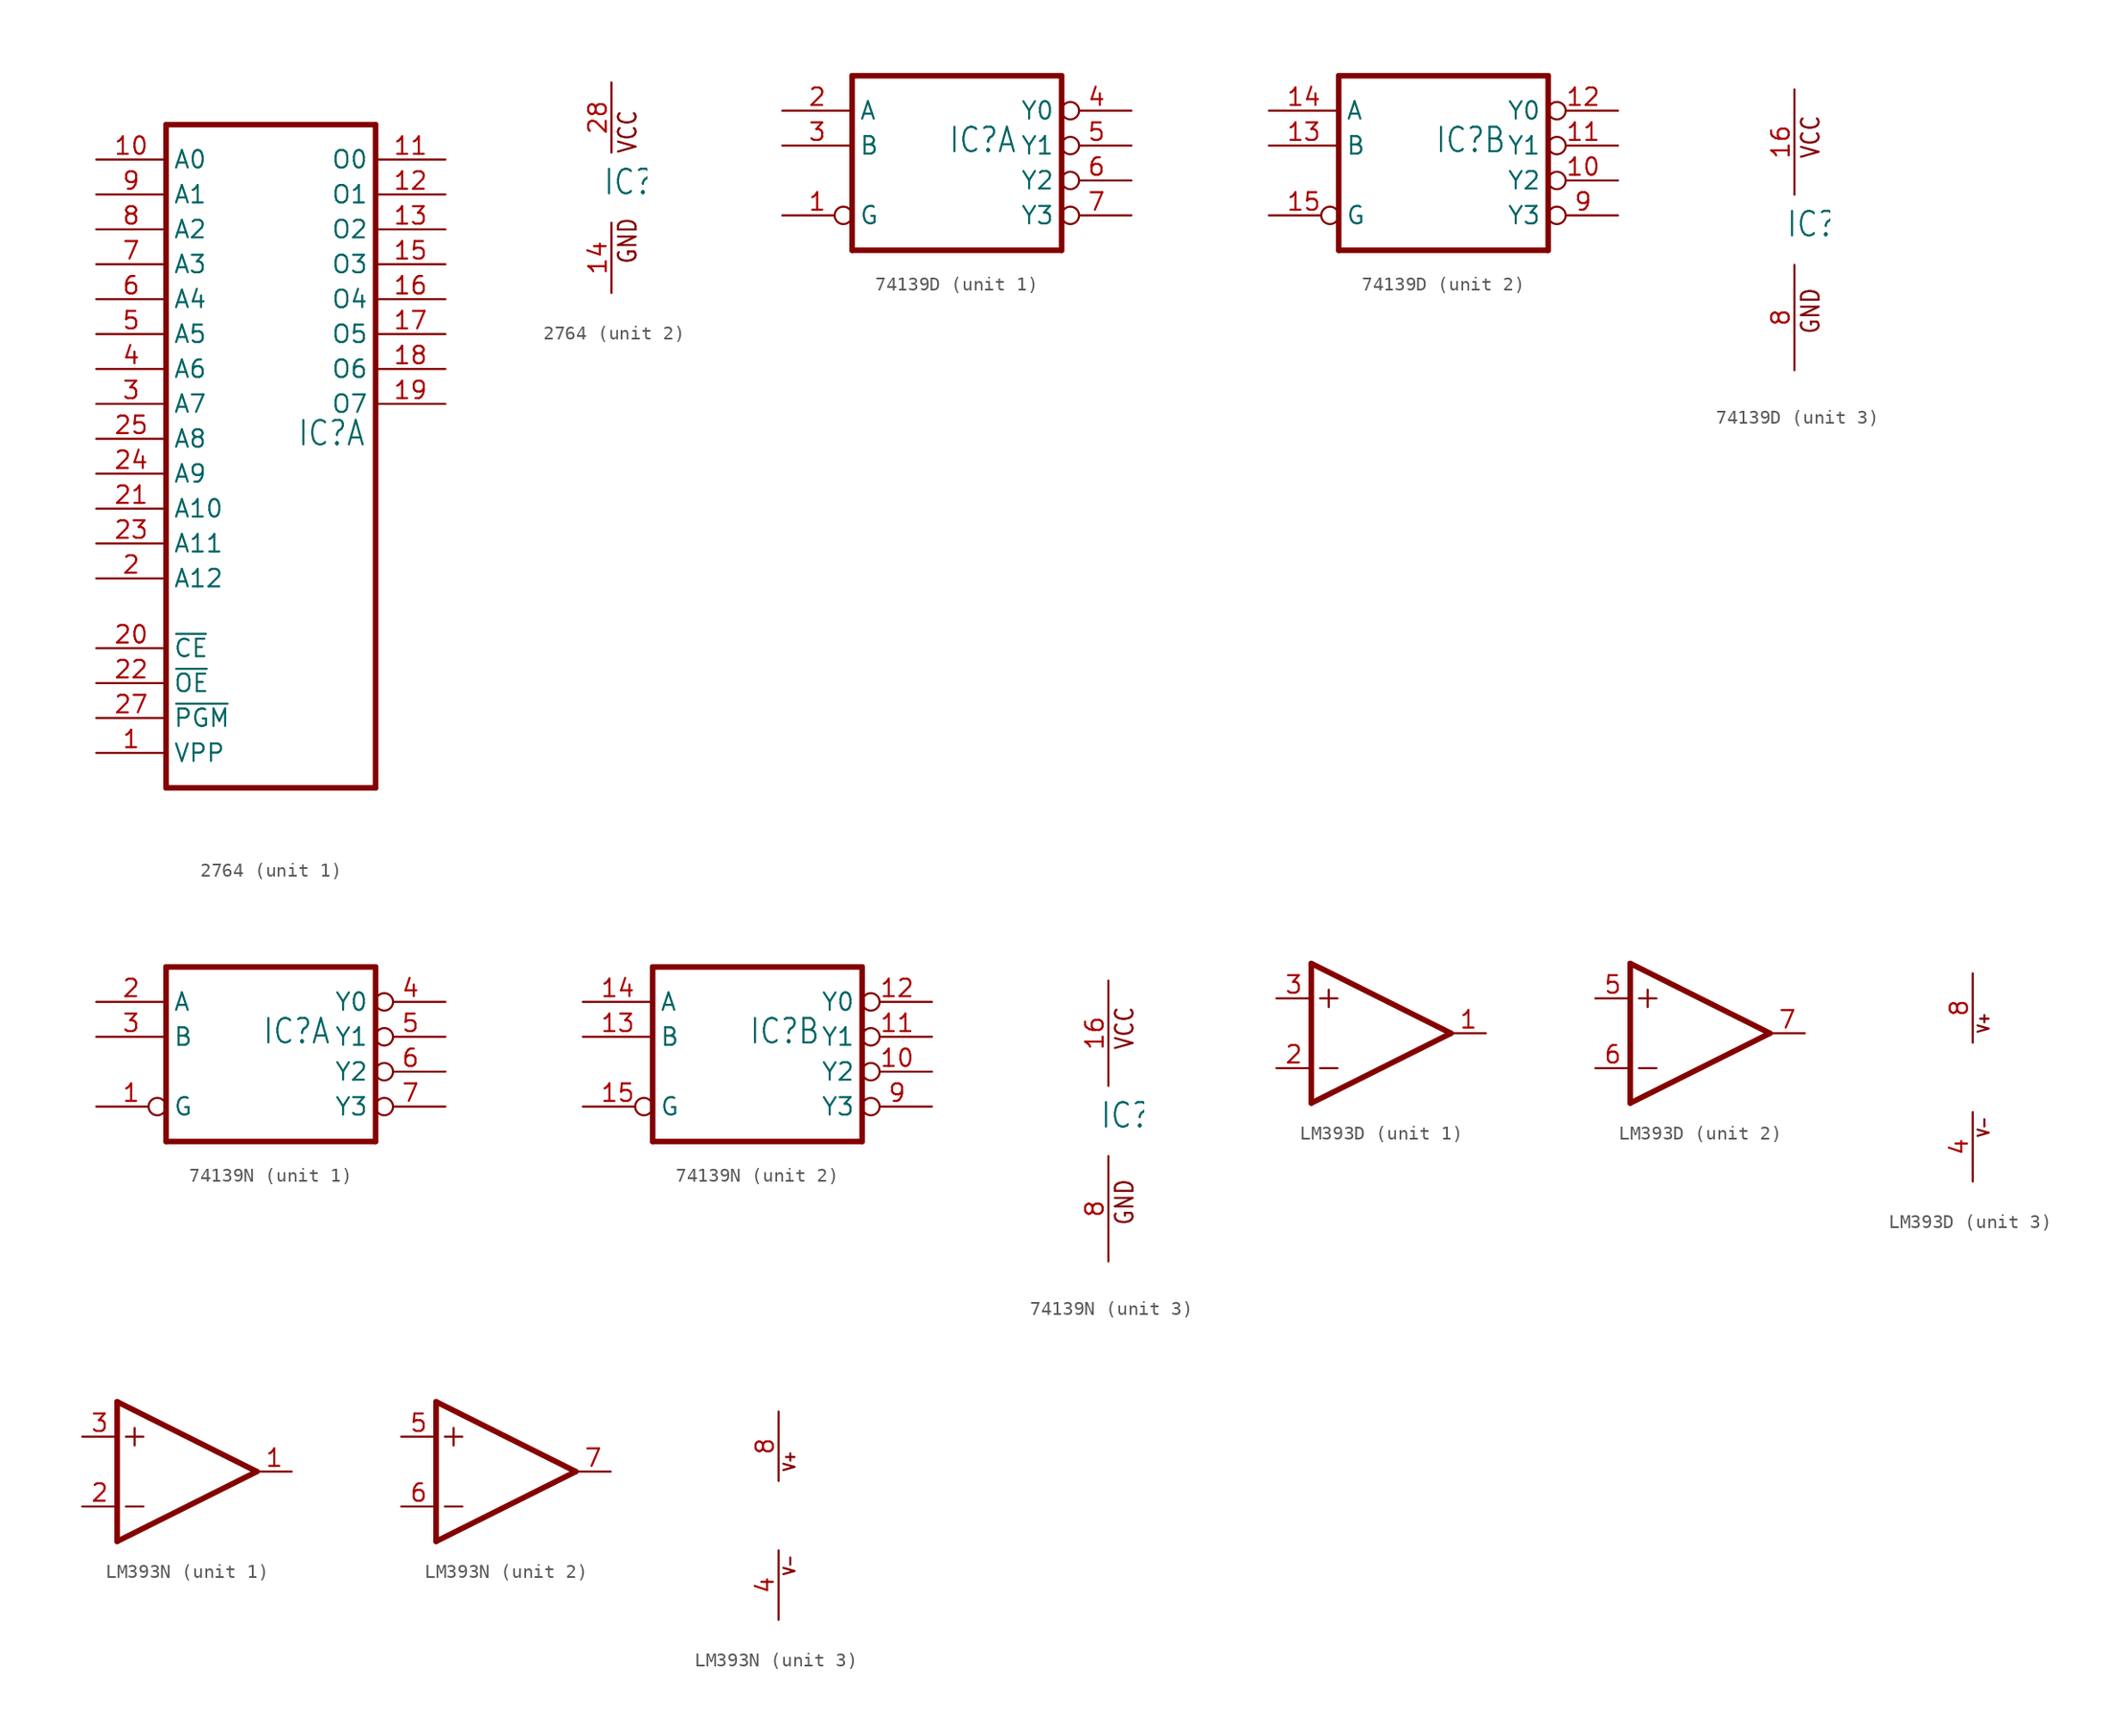
<source format=kicad_sym>
(kicad_symbol_lib
  (version 20211014)
  (generator kicad_symbol_editor)
  (symbol "2764"
    (property "Reference" "IC"
      (at -0.635 -0.635 0)
      (effects (font (size 1.778 1.511)) (justify left bottom)))
    (property "ki_locked" ""
      (at 0 0 0)
      (effects (font (size 1.27 1.27))))
    (symbol "2764_1_0"
      (polyline (pts (xy -10.16 -25.4) (xy 5.08 -25.4)) (stroke (width 0.406) (type default) (color 0 0 0 0)) (fill (type none)))
      (polyline (pts (xy -10.16 22.86) (xy -10.16 -25.4)) (stroke (width 0.406) (type default) (color 0 0 0 0)) (fill (type none)))
      (polyline (pts (xy 5.08 -25.4) (xy 5.08 22.86)) (stroke (width 0.406) (type default) (color 0 0 0 0)) (fill (type none)))
      (polyline (pts (xy 5.08 22.86) (xy -10.16 22.86)) (stroke (width 0.406) (type default) (color 0 0 0 0)) (fill (type none)))
      (pin input line (at -15.24 -22.86 0) (length 5.08) (name "VPP" (effects (font (size 1.27 1.27)))) (number "1" (effects (font (size 1.27 1.27)))))
      (pin input line (at -15.24 20.32 0) (length 5.08) (name "A0" (effects (font (size 1.27 1.27)))) (number "10" (effects (font (size 1.27 1.27)))))
      (pin tri_state line (at 10.16 20.32 180) (length 5.08) (name "O0" (effects (font (size 1.27 1.27)))) (number "11" (effects (font (size 1.27 1.27)))))
      (pin tri_state line (at 10.16 17.78 180) (length 5.08) (name "O1" (effects (font (size 1.27 1.27)))) (number "12" (effects (font (size 1.27 1.27)))))
      (pin tri_state line (at 10.16 15.24 180) (length 5.08) (name "O2" (effects (font (size 1.27 1.27)))) (number "13" (effects (font (size 1.27 1.27)))))
      (pin tri_state line (at 10.16 12.7 180) (length 5.08) (name "O3" (effects (font (size 1.27 1.27)))) (number "15" (effects (font (size 1.27 1.27)))))
      (pin tri_state line (at 10.16 10.16 180) (length 5.08) (name "O4" (effects (font (size 1.27 1.27)))) (number "16" (effects (font (size 1.27 1.27)))))
      (pin tri_state line (at 10.16 7.62 180) (length 5.08) (name "O5" (effects (font (size 1.27 1.27)))) (number "17" (effects (font (size 1.27 1.27)))))
      (pin tri_state line (at 10.16 5.08 180) (length 5.08) (name "O6" (effects (font (size 1.27 1.27)))) (number "18" (effects (font (size 1.27 1.27)))))
      (pin tri_state line (at 10.16 2.54 180) (length 5.08) (name "O7" (effects (font (size 1.27 1.27)))) (number "19" (effects (font (size 1.27 1.27)))))
      (pin input line (at -15.24 -10.16 0) (length 5.08) (name "A12" (effects (font (size 1.27 1.27)))) (number "2" (effects (font (size 1.27 1.27)))))
      (pin input line (at -15.24 -15.24 0) (length 5.08) (name "~{CE}" (effects (font (size 1.27 1.27)))) (number "20" (effects (font (size 1.27 1.27)))))
      (pin input line (at -15.24 -5.08 0) (length 5.08) (name "A10" (effects (font (size 1.27 1.27)))) (number "21" (effects (font (size 1.27 1.27)))))
      (pin input line (at -15.24 -17.78 0) (length 5.08) (name "~{OE}" (effects (font (size 1.27 1.27)))) (number "22" (effects (font (size 1.27 1.27)))))
      (pin input line (at -15.24 -7.62 0) (length 5.08) (name "A11" (effects (font (size 1.27 1.27)))) (number "23" (effects (font (size 1.27 1.27)))))
      (pin input line (at -15.24 -2.54 0) (length 5.08) (name "A9" (effects (font (size 1.27 1.27)))) (number "24" (effects (font (size 1.27 1.27)))))
      (pin input line (at -15.24 0 0) (length 5.08) (name "A8" (effects (font (size 1.27 1.27)))) (number "25" (effects (font (size 1.27 1.27)))))
      (pin input line (at -15.24 -20.32 0) (length 5.08) (name "~{PGM}" (effects (font (size 1.27 1.27)))) (number "27" (effects (font (size 1.27 1.27)))))
      (pin input line (at -15.24 2.54 0) (length 5.08) (name "A7" (effects (font (size 1.27 1.27)))) (number "3" (effects (font (size 1.27 1.27)))))
      (pin input line (at -15.24 5.08 0) (length 5.08) (name "A6" (effects (font (size 1.27 1.27)))) (number "4" (effects (font (size 1.27 1.27)))))
      (pin input line (at -15.24 7.62 0) (length 5.08) (name "A5" (effects (font (size 1.27 1.27)))) (number "5" (effects (font (size 1.27 1.27)))))
      (pin input line (at -15.24 10.16 0) (length 5.08) (name "A4" (effects (font (size 1.27 1.27)))) (number "6" (effects (font (size 1.27 1.27)))))
      (pin input line (at -15.24 12.7 0) (length 5.08) (name "A3" (effects (font (size 1.27 1.27)))) (number "7" (effects (font (size 1.27 1.27)))))
      (pin input line (at -15.24 15.24 0) (length 5.08) (name "A2" (effects (font (size 1.27 1.27)))) (number "8" (effects (font (size 1.27 1.27)))))
      (pin input line (at -15.24 17.78 0) (length 5.08) (name "A1" (effects (font (size 1.27 1.27)))) (number "9" (effects (font (size 1.27 1.27))))))
    (symbol "2764_2_0"
      (text "GND" (at 1.905 -5.588 900) (effects (font (size 1.27 1.079)) (justify left bottom)))
      (text "VCC" (at 1.905 2.413 900) (effects (font (size 1.27 1.079)) (justify left bottom)))
      (pin power_in line (at 0 -7.62 90) (length 5.08) (name "GND" (effects (font (size 0 0)))) (number "14" (effects (font (size 1.27 1.27)))))
      (pin power_in line (at 0 7.62 270) (length 5.08) (name "VCC" (effects (font (size 0 0)))) (number "28" (effects (font (size 1.27 1.27)))))))
  (symbol "74139D"
    (property "Reference" "IC"
      (at -0.635 -0.635 0)
      (effects (font (size 1.778 1.511)) (justify left bottom)))
    (property "ki_locked" ""
      (at 0 0 0)
      (effects (font (size 1.27 1.27))))
    (symbol "74139D_1_0"
      (polyline (pts (xy -7.62 -7.62) (xy 7.62 -7.62)) (stroke (width 0.406) (type default) (color 0 0 0 0)) (fill (type none)))
      (polyline (pts (xy -7.62 5.08) (xy -7.62 -7.62)) (stroke (width 0.406) (type default) (color 0 0 0 0)) (fill (type none)))
      (polyline (pts (xy 7.62 -7.62) (xy 7.62 5.08)) (stroke (width 0.406) (type default) (color 0 0 0 0)) (fill (type none)))
      (polyline (pts (xy 7.62 5.08) (xy -7.62 5.08)) (stroke (width 0.406) (type default) (color 0 0 0 0)) (fill (type none)))
      (pin input inverted (at -12.7 -5.08 0) (length 5.08) (name "G" (effects (font (size 1.27 1.27)))) (number "1" (effects (font (size 1.27 1.27)))))
      (pin input line (at -12.7 2.54 0) (length 5.08) (name "A" (effects (font (size 1.27 1.27)))) (number "2" (effects (font (size 1.27 1.27)))))
      (pin input line (at -12.7 0 0) (length 5.08) (name "B" (effects (font (size 1.27 1.27)))) (number "3" (effects (font (size 1.27 1.27)))))
      (pin output inverted (at 12.7 2.54 180) (length 5.08) (name "Y0" (effects (font (size 1.27 1.27)))) (number "4" (effects (font (size 1.27 1.27)))))
      (pin output inverted (at 12.7 0 180) (length 5.08) (name "Y1" (effects (font (size 1.27 1.27)))) (number "5" (effects (font (size 1.27 1.27)))))
      (pin output inverted (at 12.7 -2.54 180) (length 5.08) (name "Y2" (effects (font (size 1.27 1.27)))) (number "6" (effects (font (size 1.27 1.27)))))
      (pin output inverted (at 12.7 -5.08 180) (length 5.08) (name "Y3" (effects (font (size 1.27 1.27)))) (number "7" (effects (font (size 1.27 1.27))))))
    (symbol "74139D_2_0"
      (polyline (pts (xy -7.62 -7.62) (xy 7.62 -7.62)) (stroke (width 0.406) (type default) (color 0 0 0 0)) (fill (type none)))
      (polyline (pts (xy -7.62 5.08) (xy -7.62 -7.62)) (stroke (width 0.406) (type default) (color 0 0 0 0)) (fill (type none)))
      (polyline (pts (xy 7.62 -7.62) (xy 7.62 5.08)) (stroke (width 0.406) (type default) (color 0 0 0 0)) (fill (type none)))
      (polyline (pts (xy 7.62 5.08) (xy -7.62 5.08)) (stroke (width 0.406) (type default) (color 0 0 0 0)) (fill (type none)))
      (pin output inverted (at 12.7 -2.54 180) (length 5.08) (name "Y2" (effects (font (size 1.27 1.27)))) (number "10" (effects (font (size 1.27 1.27)))))
      (pin output inverted (at 12.7 0 180) (length 5.08) (name "Y1" (effects (font (size 1.27 1.27)))) (number "11" (effects (font (size 1.27 1.27)))))
      (pin output inverted (at 12.7 2.54 180) (length 5.08) (name "Y0" (effects (font (size 1.27 1.27)))) (number "12" (effects (font (size 1.27 1.27)))))
      (pin input line (at -12.7 0 0) (length 5.08) (name "B" (effects (font (size 1.27 1.27)))) (number "13" (effects (font (size 1.27 1.27)))))
      (pin input line (at -12.7 2.54 0) (length 5.08) (name "A" (effects (font (size 1.27 1.27)))) (number "14" (effects (font (size 1.27 1.27)))))
      (pin input inverted (at -12.7 -5.08 0) (length 5.08) (name "G" (effects (font (size 1.27 1.27)))) (number "15" (effects (font (size 1.27 1.27)))))
      (pin output inverted (at 12.7 -5.08 180) (length 5.08) (name "Y3" (effects (font (size 1.27 1.27)))) (number "9" (effects (font (size 1.27 1.27))))))
    (symbol "74139D_3_0"
      (text "GND" (at 1.905 -7.62 900) (effects (font (size 1.27 1.079)) (justify left bottom)))
      (text "VCC" (at 1.905 5.08 900) (effects (font (size 1.27 1.079)) (justify left bottom)))
      (pin power_in line (at 0 10.16 270) (length 7.62) (name "VCC" (effects (font (size 0 0)))) (number "16" (effects (font (size 1.27 1.27)))))
      (pin power_in line (at 0 -10.16 90) (length 7.62) (name "GND" (effects (font (size 0 0)))) (number "8" (effects (font (size 1.27 1.27)))))))
  (symbol "74139N"
    (property "Reference" "IC"
      (at -0.635 -0.635 0)
      (effects (font (size 1.778 1.511)) (justify left bottom)))
    (property "ki_locked" ""
      (at 0 0 0)
      (effects (font (size 1.27 1.27))))
    (symbol "74139N_1_0"
      (polyline (pts (xy -7.62 -7.62) (xy 7.62 -7.62)) (stroke (width 0.406) (type default) (color 0 0 0 0)) (fill (type none)))
      (polyline (pts (xy -7.62 5.08) (xy -7.62 -7.62)) (stroke (width 0.406) (type default) (color 0 0 0 0)) (fill (type none)))
      (polyline (pts (xy 7.62 -7.62) (xy 7.62 5.08)) (stroke (width 0.406) (type default) (color 0 0 0 0)) (fill (type none)))
      (polyline (pts (xy 7.62 5.08) (xy -7.62 5.08)) (stroke (width 0.406) (type default) (color 0 0 0 0)) (fill (type none)))
      (pin input inverted (at -12.7 -5.08 0) (length 5.08) (name "G" (effects (font (size 1.27 1.27)))) (number "1" (effects (font (size 1.27 1.27)))))
      (pin input line (at -12.7 2.54 0) (length 5.08) (name "A" (effects (font (size 1.27 1.27)))) (number "2" (effects (font (size 1.27 1.27)))))
      (pin input line (at -12.7 0 0) (length 5.08) (name "B" (effects (font (size 1.27 1.27)))) (number "3" (effects (font (size 1.27 1.27)))))
      (pin output inverted (at 12.7 2.54 180) (length 5.08) (name "Y0" (effects (font (size 1.27 1.27)))) (number "4" (effects (font (size 1.27 1.27)))))
      (pin output inverted (at 12.7 0 180) (length 5.08) (name "Y1" (effects (font (size 1.27 1.27)))) (number "5" (effects (font (size 1.27 1.27)))))
      (pin output inverted (at 12.7 -2.54 180) (length 5.08) (name "Y2" (effects (font (size 1.27 1.27)))) (number "6" (effects (font (size 1.27 1.27)))))
      (pin output inverted (at 12.7 -5.08 180) (length 5.08) (name "Y3" (effects (font (size 1.27 1.27)))) (number "7" (effects (font (size 1.27 1.27))))))
    (symbol "74139N_2_0"
      (polyline (pts (xy -7.62 -7.62) (xy 7.62 -7.62)) (stroke (width 0.406) (type default) (color 0 0 0 0)) (fill (type none)))
      (polyline (pts (xy -7.62 5.08) (xy -7.62 -7.62)) (stroke (width 0.406) (type default) (color 0 0 0 0)) (fill (type none)))
      (polyline (pts (xy 7.62 -7.62) (xy 7.62 5.08)) (stroke (width 0.406) (type default) (color 0 0 0 0)) (fill (type none)))
      (polyline (pts (xy 7.62 5.08) (xy -7.62 5.08)) (stroke (width 0.406) (type default) (color 0 0 0 0)) (fill (type none)))
      (pin output inverted (at 12.7 -2.54 180) (length 5.08) (name "Y2" (effects (font (size 1.27 1.27)))) (number "10" (effects (font (size 1.27 1.27)))))
      (pin output inverted (at 12.7 0 180) (length 5.08) (name "Y1" (effects (font (size 1.27 1.27)))) (number "11" (effects (font (size 1.27 1.27)))))
      (pin output inverted (at 12.7 2.54 180) (length 5.08) (name "Y0" (effects (font (size 1.27 1.27)))) (number "12" (effects (font (size 1.27 1.27)))))
      (pin input line (at -12.7 0 0) (length 5.08) (name "B" (effects (font (size 1.27 1.27)))) (number "13" (effects (font (size 1.27 1.27)))))
      (pin input line (at -12.7 2.54 0) (length 5.08) (name "A" (effects (font (size 1.27 1.27)))) (number "14" (effects (font (size 1.27 1.27)))))
      (pin input inverted (at -12.7 -5.08 0) (length 5.08) (name "G" (effects (font (size 1.27 1.27)))) (number "15" (effects (font (size 1.27 1.27)))))
      (pin output inverted (at 12.7 -5.08 180) (length 5.08) (name "Y3" (effects (font (size 1.27 1.27)))) (number "9" (effects (font (size 1.27 1.27))))))
    (symbol "74139N_3_0"
      (text "GND" (at 1.905 -7.62 900) (effects (font (size 1.27 1.079)) (justify left bottom)))
      (text "VCC" (at 1.905 5.08 900) (effects (font (size 1.27 1.079)) (justify left bottom)))
      (pin power_in line (at 0 10.16 270) (length 7.62) (name "VCC" (effects (font (size 0 0)))) (number "16" (effects (font (size 1.27 1.27)))))
      (pin power_in line (at 0 -10.16 90) (length 7.62) (name "GND" (effects (font (size 0 0)))) (number "8" (effects (font (size 1.27 1.27)))))))
  (symbol "LM393D"
    (property "Reference" "IC"
      (at 2.54 3.175 0)
      (effects (font (size 1.778 1.511)) (justify left bottom) hide))
    (property "ki_locked" ""
      (at 0 0 0)
      (effects (font (size 1.27 1.27))))
    (symbol "LM393D_1_0"
      (polyline (pts (xy -5.08 -5.08) (xy 5.08 0)) (stroke (width 0.406) (type default) (color 0 0 0 0)) (fill (type none)))
      (polyline (pts (xy -5.08 5.08) (xy -5.08 -5.08)) (stroke (width 0.406) (type default) (color 0 0 0 0)) (fill (type none)))
      (polyline (pts (xy -4.445 -2.54) (xy -3.175 -2.54)) (stroke (width 0.152) (type default) (color 0 0 0 0)) (fill (type none)))
      (polyline (pts (xy -4.445 2.54) (xy -3.175 2.54)) (stroke (width 0.152) (type default) (color 0 0 0 0)) (fill (type none)))
      (polyline (pts (xy -3.81 3.175) (xy -3.81 1.905)) (stroke (width 0.152) (type default) (color 0 0 0 0)) (fill (type none)))
      (polyline (pts (xy 5.08 0) (xy -5.08 5.08)) (stroke (width 0.406) (type default) (color 0 0 0 0)) (fill (type none)))
      (pin output line (at 7.62 0 180) (length 2.54) (name "OUT" (effects (font (size 0 0)))) (number "1" (effects (font (size 1.27 1.27)))))
      (pin input line (at -7.62 -2.54 0) (length 2.54) (name "-IN" (effects (font (size 0 0)))) (number "2" (effects (font (size 1.27 1.27)))))
      (pin input line (at -7.62 2.54 0) (length 2.54) (name "+IN" (effects (font (size 0 0)))) (number "3" (effects (font (size 1.27 1.27))))))
    (symbol "LM393D_2_0"
      (polyline (pts (xy -5.08 -5.08) (xy 5.08 0)) (stroke (width 0.406) (type default) (color 0 0 0 0)) (fill (type none)))
      (polyline (pts (xy -5.08 5.08) (xy -5.08 -5.08)) (stroke (width 0.406) (type default) (color 0 0 0 0)) (fill (type none)))
      (polyline (pts (xy -4.445 -2.54) (xy -3.175 -2.54)) (stroke (width 0.152) (type default) (color 0 0 0 0)) (fill (type none)))
      (polyline (pts (xy -4.445 2.54) (xy -3.175 2.54)) (stroke (width 0.152) (type default) (color 0 0 0 0)) (fill (type none)))
      (polyline (pts (xy -3.81 3.175) (xy -3.81 1.905)) (stroke (width 0.152) (type default) (color 0 0 0 0)) (fill (type none)))
      (polyline (pts (xy 5.08 0) (xy -5.08 5.08)) (stroke (width 0.406) (type default) (color 0 0 0 0)) (fill (type none)))
      (pin input line (at -7.62 2.54 0) (length 2.54) (name "+IN" (effects (font (size 0 0)))) (number "5" (effects (font (size 1.27 1.27)))))
      (pin input line (at -7.62 -2.54 0) (length 2.54) (name "-IN" (effects (font (size 0 0)))) (number "6" (effects (font (size 1.27 1.27)))))
      (pin output line (at 7.62 0 180) (length 2.54) (name "OUT" (effects (font (size 0 0)))) (number "7" (effects (font (size 1.27 1.27))))))
    (symbol "LM393D_3_0"
      (text "V+" (at 1.27 3.175 900) (effects (font (size 0.813 0.691)) (justify left bottom)))
      (text "V-" (at 1.27 -4.445 900) (effects (font (size 0.813 0.691)) (justify left bottom)))
      (pin power_in line (at 0 -7.62 90) (length 5.08) (name "V-" (effects (font (size 0 0)))) (number "4" (effects (font (size 1.27 1.27)))))
      (pin power_in line (at 0 7.62 270) (length 5.08) (name "V+" (effects (font (size 0 0)))) (number "8" (effects (font (size 1.27 1.27)))))))
  (symbol "LM393N"
    (property "Reference" "IC"
      (at 2.54 3.175 0)
      (effects (font (size 1.778 1.511)) (justify left bottom) hide))
    (property "ki_locked" ""
      (at 0 0 0)
      (effects (font (size 1.27 1.27))))
    (symbol "LM393N_1_0"
      (polyline (pts (xy -5.08 -5.08) (xy 5.08 0)) (stroke (width 0.406) (type default) (color 0 0 0 0)) (fill (type none)))
      (polyline (pts (xy -5.08 5.08) (xy -5.08 -5.08)) (stroke (width 0.406) (type default) (color 0 0 0 0)) (fill (type none)))
      (polyline (pts (xy -4.445 -2.54) (xy -3.175 -2.54)) (stroke (width 0.152) (type default) (color 0 0 0 0)) (fill (type none)))
      (polyline (pts (xy -4.445 2.54) (xy -3.175 2.54)) (stroke (width 0.152) (type default) (color 0 0 0 0)) (fill (type none)))
      (polyline (pts (xy -3.81 3.175) (xy -3.81 1.905)) (stroke (width 0.152) (type default) (color 0 0 0 0)) (fill (type none)))
      (polyline (pts (xy 5.08 0) (xy -5.08 5.08)) (stroke (width 0.406) (type default) (color 0 0 0 0)) (fill (type none)))
      (pin output line (at 7.62 0 180) (length 2.54) (name "OUT" (effects (font (size 0 0)))) (number "1" (effects (font (size 1.27 1.27)))))
      (pin input line (at -7.62 -2.54 0) (length 2.54) (name "-IN" (effects (font (size 0 0)))) (number "2" (effects (font (size 1.27 1.27)))))
      (pin input line (at -7.62 2.54 0) (length 2.54) (name "+IN" (effects (font (size 0 0)))) (number "3" (effects (font (size 1.27 1.27))))))
    (symbol "LM393N_2_0"
      (polyline (pts (xy -5.08 -5.08) (xy 5.08 0)) (stroke (width 0.406) (type default) (color 0 0 0 0)) (fill (type none)))
      (polyline (pts (xy -5.08 5.08) (xy -5.08 -5.08)) (stroke (width 0.406) (type default) (color 0 0 0 0)) (fill (type none)))
      (polyline (pts (xy -4.445 -2.54) (xy -3.175 -2.54)) (stroke (width 0.152) (type default) (color 0 0 0 0)) (fill (type none)))
      (polyline (pts (xy -4.445 2.54) (xy -3.175 2.54)) (stroke (width 0.152) (type default) (color 0 0 0 0)) (fill (type none)))
      (polyline (pts (xy -3.81 3.175) (xy -3.81 1.905)) (stroke (width 0.152) (type default) (color 0 0 0 0)) (fill (type none)))
      (polyline (pts (xy 5.08 0) (xy -5.08 5.08)) (stroke (width 0.406) (type default) (color 0 0 0 0)) (fill (type none)))
      (pin input line (at -7.62 2.54 0) (length 2.54) (name "+IN" (effects (font (size 0 0)))) (number "5" (effects (font (size 1.27 1.27)))))
      (pin input line (at -7.62 -2.54 0) (length 2.54) (name "-IN" (effects (font (size 0 0)))) (number "6" (effects (font (size 1.27 1.27)))))
      (pin output line (at 7.62 0 180) (length 2.54) (name "OUT" (effects (font (size 0 0)))) (number "7" (effects (font (size 1.27 1.27))))))
    (symbol "LM393N_3_0"
      (text "V+" (at 1.27 3.175 900) (effects (font (size 0.813 0.691)) (justify left bottom)))
      (text "V-" (at 1.27 -4.445 900) (effects (font (size 0.813 0.691)) (justify left bottom)))
      (pin power_in line (at 0 -7.62 90) (length 5.08) (name "V-" (effects (font (size 0 0)))) (number "4" (effects (font (size 1.27 1.27)))))
      (pin power_in line (at 0 7.62 270) (length 5.08) (name "V+" (effects (font (size 0 0)))) (number "8" (effects (font (size 1.27 1.27))))))))
</source>
